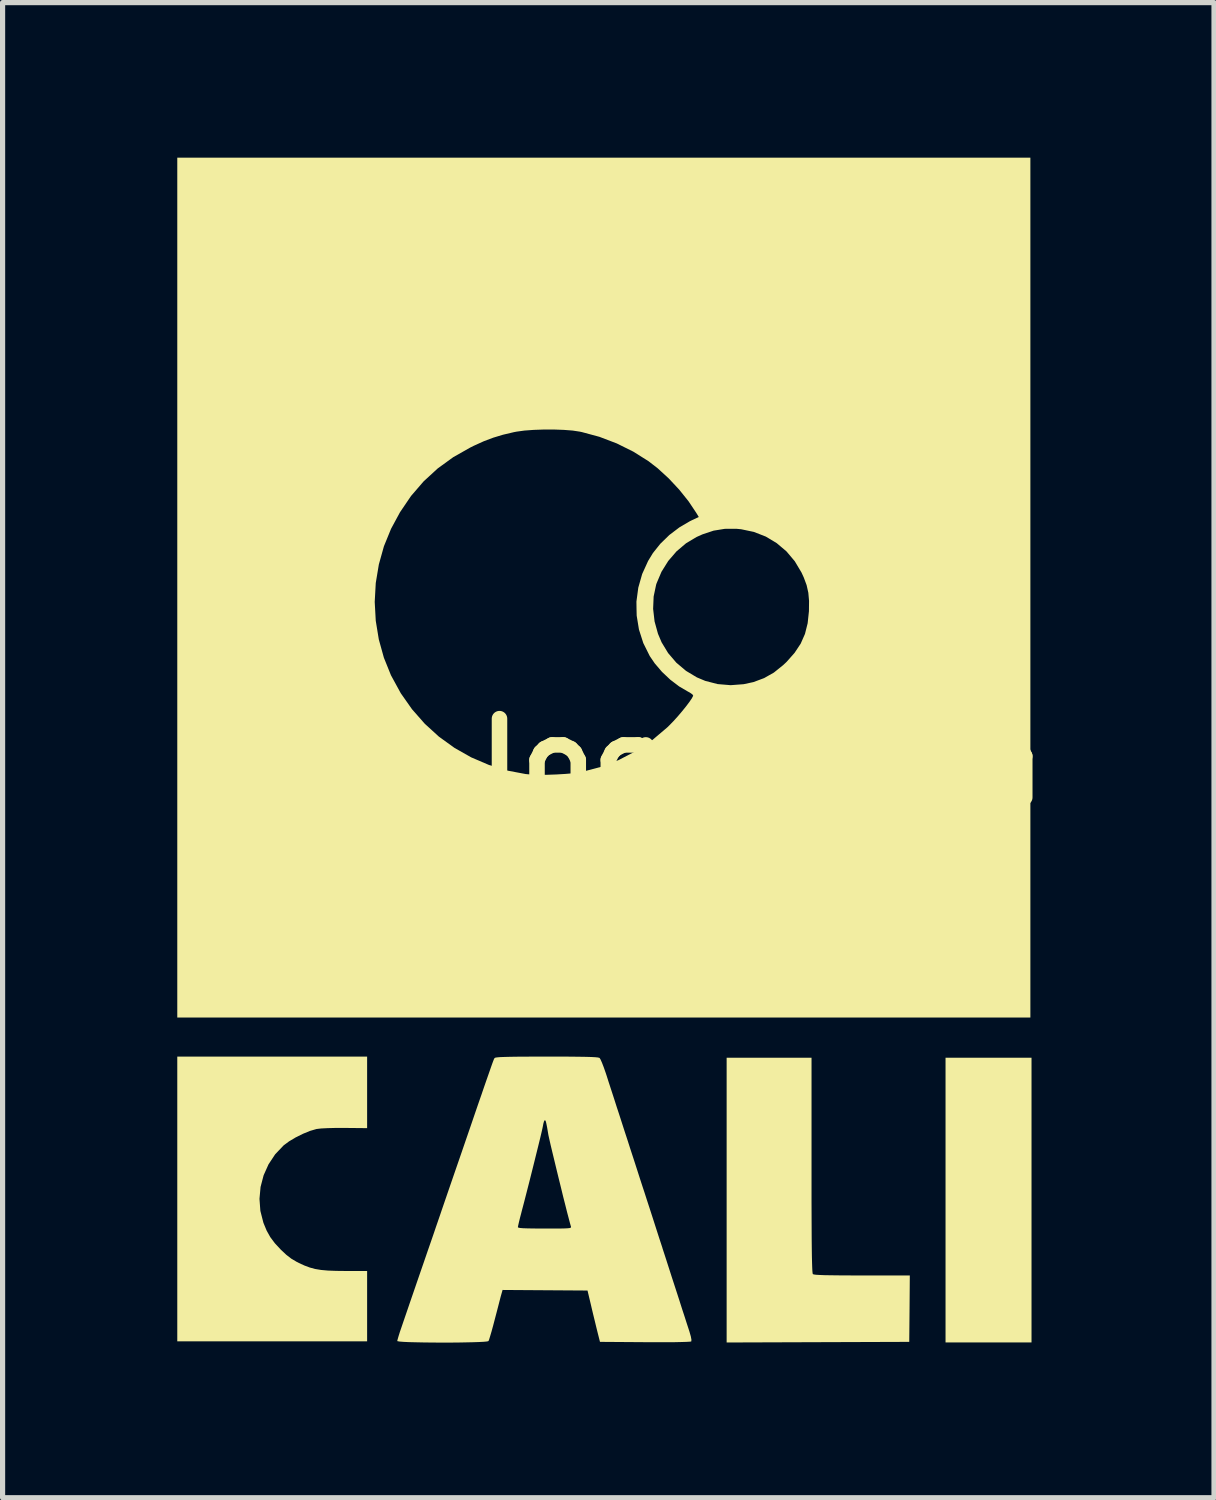
<source format=kicad_pcb>
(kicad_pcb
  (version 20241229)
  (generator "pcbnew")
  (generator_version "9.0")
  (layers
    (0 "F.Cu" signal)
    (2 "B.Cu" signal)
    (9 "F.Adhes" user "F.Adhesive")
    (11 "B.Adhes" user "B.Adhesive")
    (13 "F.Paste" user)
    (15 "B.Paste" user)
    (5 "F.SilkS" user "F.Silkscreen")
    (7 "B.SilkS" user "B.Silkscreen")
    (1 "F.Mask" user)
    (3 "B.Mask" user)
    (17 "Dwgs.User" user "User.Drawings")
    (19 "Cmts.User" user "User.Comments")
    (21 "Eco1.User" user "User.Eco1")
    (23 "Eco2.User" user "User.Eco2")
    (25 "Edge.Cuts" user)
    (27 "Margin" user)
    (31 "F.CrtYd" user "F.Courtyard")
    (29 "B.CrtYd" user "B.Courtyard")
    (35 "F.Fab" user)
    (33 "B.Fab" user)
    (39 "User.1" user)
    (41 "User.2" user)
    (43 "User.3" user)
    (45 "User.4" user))
  (footprint "CALI_logo_2cm"
    (layer "F.Cu")
    (at 8.716 11.685)
    (property "Reference" "CALI_logo_2cm" (at 0 0 0) (layer "F.SilkS") (effects (font (size 1.524 1.524) (thickness 0.3))))
    (attr board_only exclude_from_pos_files exclude_from_bom)
    (fp_poly (pts (xy 8.186 11.231) (xy 6.523 11.231) (xy 6.523 5.724) (xy 8.186 5.724)) (stroke (width 0) (type solid)) (fill yes) (layer "F.SilkS"))
    (fp_poly (pts (xy 3.931 7.804) (xy 3.931 8.169) (xy 3.931 8.494) (xy 3.932 8.779) (xy 3.933 9.027) (xy 3.934 9.24) (xy 3.936 9.42) (xy 3.938 9.568) (xy 3.941 9.686) (xy 3.944 9.778) (xy 3.947 9.844) (xy 3.951 9.886) (xy 3.955 9.907) (xy 3.957 9.909) (xy 3.975 9.916) (xy 4.018 9.922) (xy 4.087 9.926) (xy 4.186 9.93) (xy 4.317 9.932) (xy 4.484 9.934) (xy 4.688 9.935) (xy 4.908 9.935) (xy 5.832 9.935) (xy 5.827 10.578) (xy 5.821 11.22) (xy 2.289 11.232) (xy 2.289 5.724) (xy 3.931 5.724)) (stroke (width 0) (type solid)) (fill yes) (layer "F.SilkS"))
    (fp_poly (pts (xy -4.665 7.086) (xy -5.092 7.082) (xy -5.274 7.082) (xy -5.428 7.086) (xy -5.552 7.092) (xy -5.638 7.102) (xy -5.648 7.104) (xy -5.768 7.139) (xy -5.905 7.195) (xy -6.046 7.265) (xy -6.174 7.341) (xy -6.276 7.416) (xy -6.28 7.42) (xy -6.443 7.591) (xy -6.572 7.786) (xy -6.667 7.998) (xy -6.726 8.223) (xy -6.747 8.454) (xy -6.73 8.686) (xy -6.672 8.913) (xy -6.668 8.924) (xy -6.608 9.069) (xy -6.538 9.194) (xy -6.449 9.313) (xy -6.332 9.439) (xy -6.33 9.441) (xy -6.227 9.537) (xy -6.131 9.611) (xy -6.026 9.673) (xy -5.983 9.695) (xy -5.876 9.744) (xy -5.774 9.782) (xy -5.671 9.81) (xy -5.556 9.829) (xy -5.423 9.841) (xy -5.263 9.847) (xy -5.081 9.849) (xy -4.665 9.849) (xy -4.665 11.21) (xy -8.337 11.21) (xy -8.337 5.702) (xy -4.665 5.702)) (stroke (width 0) (type solid)) (fill yes) (layer "F.SilkS"))
    (fp_poly (pts (xy 8.164 4.946) (xy -8.337 4.946) (xy -8.337 -3.093) (xy -4.518 -3.093) (xy -4.498 -2.728) (xy -4.439 -2.367) (xy -4.341 -2.014) (xy -4.204 -1.674) (xy -4.198 -1.663) (xy -4.014 -1.326) (xy -3.797 -1.017) (xy -3.55 -0.736) (xy -3.276 -0.486) (xy -2.975 -0.269) (xy -2.652 -0.086) (xy -2.309 0.061) (xy -1.947 0.171) (xy -1.598 0.237) (xy -1.486 0.247) (xy -1.342 0.251) (xy -1.178 0.251) (xy -1.006 0.245) (xy -0.837 0.235) (xy -0.682 0.222) (xy -0.554 0.204) (xy -0.516 0.197) (xy -0.148 0.1) (xy 0.205 -0.036) (xy 0.54 -0.211) (xy 0.852 -0.421) (xy 1.14 -0.665) (xy 1.178 -0.702) (xy 1.26 -0.786) (xy 1.345 -0.88) (xy 1.428 -0.978) (xy 1.504 -1.072) (xy 1.568 -1.157) (xy 1.615 -1.226) (xy 1.639 -1.272) (xy 1.641 -1.283) (xy 1.624 -1.306) (xy 1.578 -1.338) (xy 1.539 -1.359) (xy 1.37 -1.458) (xy 1.199 -1.588) (xy 1.038 -1.74) (xy 0.898 -1.904) (xy 0.802 -2.045) (xy 0.677 -2.296) (xy 0.593 -2.558) (xy 0.549 -2.827) (xy 0.546 -2.958) (xy 0.867 -2.958) (xy 0.895 -2.715) (xy 0.961 -2.476) (xy 1.031 -2.311) (xy 1.157 -2.103) (xy 1.316 -1.917) (xy 1.503 -1.759) (xy 1.713 -1.633) (xy 1.875 -1.565) (xy 2.115 -1.503) (xy 2.366 -1.482) (xy 2.618 -1.501) (xy 2.808 -1.542) (xy 3.014 -1.619) (xy 3.203 -1.726) (xy 3.382 -1.87) (xy 3.447 -1.931) (xy 3.603 -2.107) (xy 3.721 -2.285) (xy 3.804 -2.473) (xy 3.856 -2.68) (xy 3.881 -2.914) (xy 3.881 -2.927) (xy 3.883 -3.112) (xy 3.869 -3.27) (xy 3.836 -3.417) (xy 3.781 -3.565) (xy 3.737 -3.661) (xy 3.607 -3.879) (xy 3.446 -4.07) (xy 3.258 -4.229) (xy 3.047 -4.356) (xy 2.817 -4.446) (xy 2.57 -4.498) (xy 2.478 -4.507) (xy 2.253 -4.506) (xy 2.037 -4.471) (xy 1.821 -4.399) (xy 1.707 -4.348) (xy 1.503 -4.226) (xy 1.319 -4.07) (xy 1.159 -3.884) (xy 1.029 -3.676) (xy 0.933 -3.45) (xy 0.925 -3.425) (xy 0.877 -3.197) (xy 0.867 -2.958) (xy 0.546 -2.958) (xy 0.544 -3.099) (xy 0.58 -3.368) (xy 0.655 -3.632) (xy 0.77 -3.885) (xy 0.864 -4.039) (xy 1.007 -4.218) (xy 1.181 -4.387) (xy 1.376 -4.535) (xy 1.579 -4.654) (xy 1.606 -4.667) (xy 1.75 -4.735) (xy 1.703 -4.813) (xy 1.552 -5.039) (xy 1.37 -5.266) (xy 1.167 -5.483) (xy 0.954 -5.678) (xy 0.777 -5.815) (xy 0.484 -5.999) (xy 0.164 -6.158) (xy -0.172 -6.286) (xy -0.513 -6.378) (xy -0.552 -6.386) (xy -0.69 -6.407) (xy -0.86 -6.42) (xy -1.05 -6.427) (xy -1.247 -6.427) (xy -1.442 -6.42) (xy -1.621 -6.407) (xy -1.774 -6.386) (xy -1.826 -6.376) (xy -2.038 -6.326) (xy -2.226 -6.269) (xy -2.409 -6.2) (xy -2.603 -6.112) (xy -2.667 -6.08) (xy -2.998 -5.893) (xy -3.3 -5.674) (xy -3.572 -5.424) (xy -3.816 -5.141) (xy -4.029 -4.827) (xy -4.202 -4.507) (xy -4.34 -4.169) (xy -4.438 -3.818) (xy -4.498 -3.458) (xy -4.518 -3.093) (xy -8.337 -3.093) (xy -8.337 -11.685) (xy 8.164 -11.685)) (stroke (width 0) (type solid)) (fill yes) (layer "F.SilkS"))
    (fp_poly (pts (xy -0.943 5.702) (xy -0.737 5.703) (xy -0.568 5.705) (xy -0.433 5.707) (xy -0.329 5.71) (xy -0.254 5.714) (xy -0.203 5.719) (xy -0.175 5.726) (xy -0.168 5.729) (xy -0.15 5.758) (xy -0.122 5.821) (xy -0.088 5.909) (xy -0.051 6.015) (xy -0.033 6.069) (xy 0.007 6.195) (xy 0.057 6.348) (xy 0.111 6.514) (xy 0.164 6.68) (xy 0.205 6.804) (xy 0.256 6.962) (xy 0.312 7.136) (xy 0.369 7.31) (xy 0.42 7.469) (xy 0.453 7.57) (xy 0.498 7.708) (xy 0.551 7.872) (xy 0.607 8.047) (xy 0.663 8.219) (xy 0.702 8.337) (xy 0.745 8.471) (xy 0.799 8.636) (xy 0.859 8.822) (xy 0.922 9.018) (xy 0.985 9.214) (xy 1.046 9.4) (xy 1.047 9.406) (xy 1.107 9.59) (xy 1.169 9.783) (xy 1.231 9.976) (xy 1.29 10.157) (xy 1.342 10.317) (xy 1.384 10.447) (xy 1.386 10.454) (xy 1.43 10.592) (xy 1.475 10.729) (xy 1.515 10.854) (xy 1.549 10.958) (xy 1.57 11.023) (xy 1.596 11.114) (xy 1.608 11.179) (xy 1.605 11.211) (xy 1.605 11.212) (xy 1.579 11.216) (xy 1.513 11.22) (xy 1.412 11.223) (xy 1.278 11.226) (xy 1.116 11.227) (xy 0.929 11.227) (xy 0.72 11.226) (xy 0.712 11.226) (xy -0.161 11.22) (xy -0.21 11.026) (xy -0.234 10.929) (xy -0.264 10.805) (xy -0.297 10.67) (xy -0.328 10.539) (xy -0.33 10.529) (xy -0.402 10.227) (xy -2.045 10.216) (xy -2.068 10.297) (xy -2.081 10.343) (xy -2.102 10.424) (xy -2.129 10.529) (xy -2.161 10.652) (xy -2.194 10.778) (xy -2.227 10.904) (xy -2.258 11.017) (xy -2.285 11.109) (xy -2.305 11.174) (xy -2.317 11.204) (xy -2.317 11.204) (xy -2.344 11.212) (xy -2.407 11.218) (xy -2.501 11.223) (xy -2.622 11.227) (xy -2.762 11.23) (xy -2.918 11.233) (xy -3.083 11.234) (xy -3.252 11.234) (xy -3.419 11.233) (xy -3.579 11.231) (xy -3.726 11.228) (xy -3.855 11.225) (xy -3.96 11.22) (xy -4.035 11.214) (xy -4.076 11.207) (xy -4.082 11.203) (xy -4.075 11.172) (xy -4.057 11.11) (xy -4.031 11.027) (xy -4.008 10.96) (xy -3.959 10.816) (xy -3.899 10.641) (xy -3.832 10.445) (xy -3.761 10.239) (xy -3.69 10.032) (xy -3.622 9.835) (xy -3.567 9.676) (xy -3.532 9.574) (xy -3.486 9.44) (xy -3.431 9.282) (xy -3.371 9.108) (xy -3.335 9.001) (xy -1.749 9.001) (xy -1.74 9.01) (xy -1.708 9.017) (xy -1.65 9.022) (xy -1.563 9.025) (xy -1.441 9.027) (xy -1.281 9.028) (xy -1.23 9.028) (xy -1.067 9.028) (xy -0.942 9.028) (xy -0.851 9.026) (xy -0.788 9.023) (xy -0.749 9.019) (xy -0.728 9.012) (xy -0.721 9.002) (xy -0.722 8.99) (xy -0.724 8.985) (xy -0.74 8.928) (xy -0.764 8.837) (xy -0.796 8.716) (xy -0.832 8.572) (xy -0.873 8.411) (xy -0.915 8.238) (xy -0.959 8.06) (xy -1.002 7.883) (xy -1.043 7.713) (xy -1.081 7.556) (xy -1.114 7.418) (xy -1.14 7.304) (xy -1.158 7.222) (xy -1.165 7.182) (xy -1.183 7.075) (xy -1.197 7.004) (xy -1.207 6.961) (xy -1.216 6.94) (xy -1.225 6.933) (xy -1.229 6.933) (xy -1.243 6.952) (xy -1.257 7.002) (xy -1.263 7.036) (xy -1.272 7.081) (xy -1.29 7.162) (xy -1.317 7.276) (xy -1.351 7.415) (xy -1.391 7.576) (xy -1.435 7.754) (xy -1.482 7.942) (xy -1.531 8.137) (xy -1.581 8.332) (xy -1.63 8.523) (xy -1.678 8.705) (xy -1.683 8.726) (xy -1.709 8.825) (xy -1.73 8.911) (xy -1.744 8.973) (xy -1.749 9.001) (xy -3.335 9.001) (xy -3.309 8.926) (xy -3.247 8.746) (xy -3.233 8.704) (xy -3.094 8.299) (xy -2.968 7.933) (xy -2.854 7.603) (xy -2.753 7.309) (xy -2.663 7.047) (xy -2.584 6.816) (xy -2.515 6.615) (xy -2.454 6.44) (xy -2.403 6.291) (xy -2.359 6.164) (xy -2.322 6.059) (xy -2.292 5.973) (xy -2.268 5.904) (xy -2.249 5.85) (xy -2.234 5.809) (xy -2.223 5.78) (xy -2.215 5.76) (xy -2.21 5.747) (xy -2.206 5.74) (xy -2.203 5.736) (xy -2.2 5.733) (xy -2.197 5.73) (xy -2.197 5.729) (xy -2.182 5.722) (xy -2.148 5.717) (xy -2.09 5.712) (xy -2.006 5.709) (xy -1.893 5.706) (xy -1.748 5.704) (xy -1.568 5.703) (xy -1.349 5.702) (xy -1.189 5.702)) (stroke (width 0) (type solid)) (fill yes) (layer "F.SilkS")))
  (gr_rect
    (start -3 -3)
    (end 20.432 25.919)
    (stroke (width 0.1) (type default))
    (fill no)
    (layer "Edge.Cuts")))
</source>
